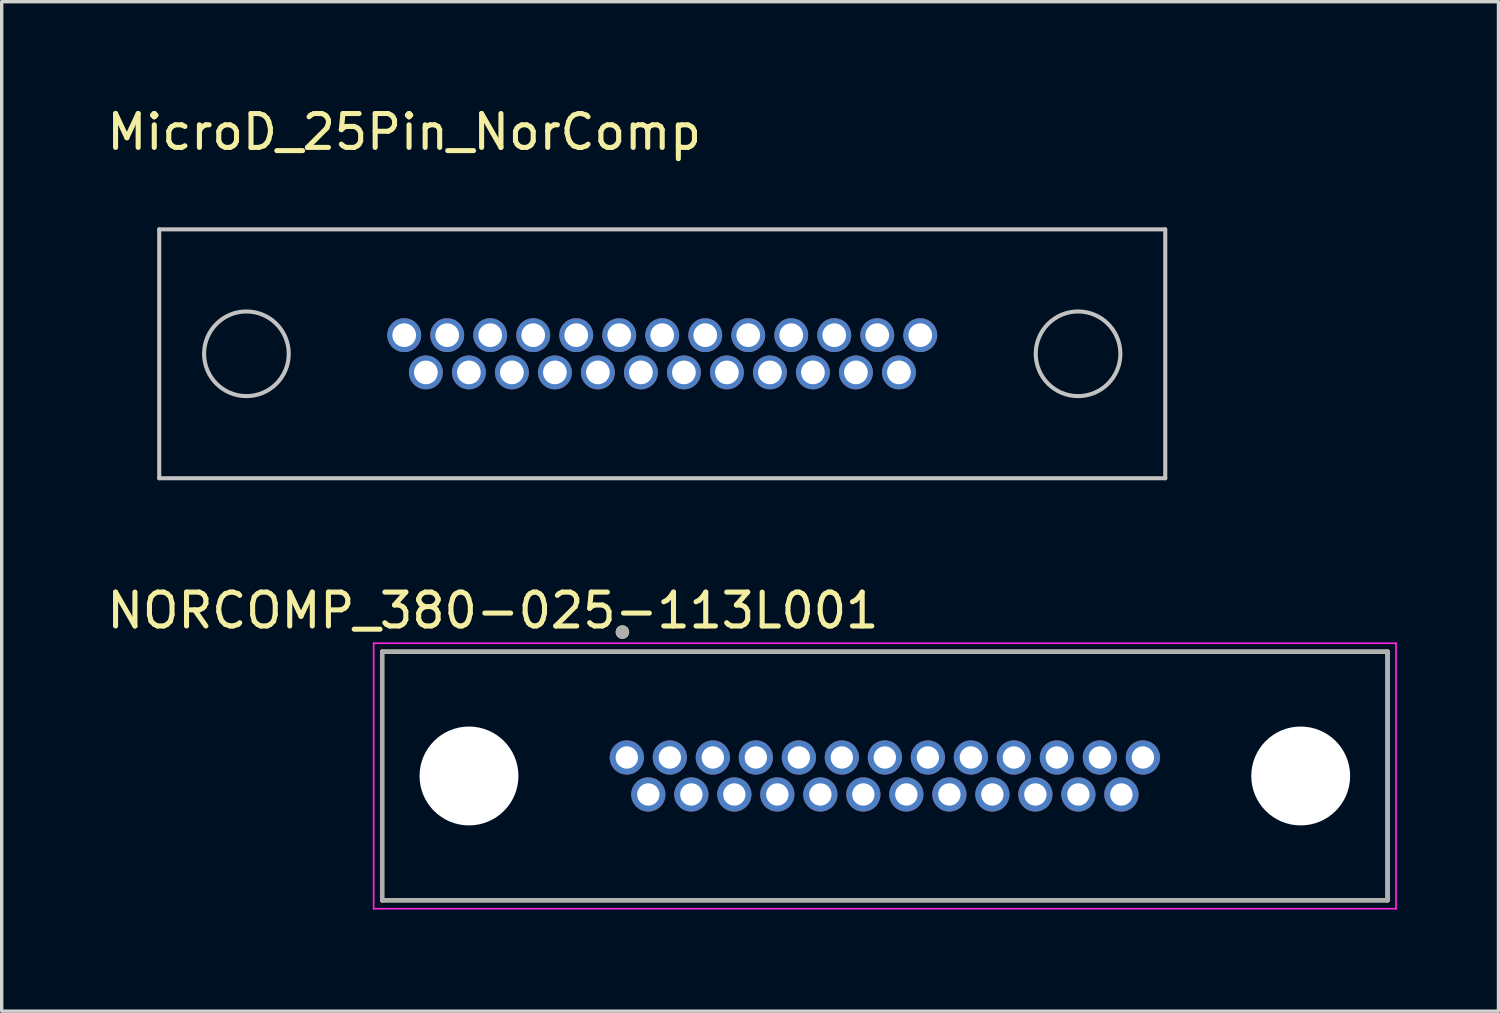
<source format=kicad_pcb>
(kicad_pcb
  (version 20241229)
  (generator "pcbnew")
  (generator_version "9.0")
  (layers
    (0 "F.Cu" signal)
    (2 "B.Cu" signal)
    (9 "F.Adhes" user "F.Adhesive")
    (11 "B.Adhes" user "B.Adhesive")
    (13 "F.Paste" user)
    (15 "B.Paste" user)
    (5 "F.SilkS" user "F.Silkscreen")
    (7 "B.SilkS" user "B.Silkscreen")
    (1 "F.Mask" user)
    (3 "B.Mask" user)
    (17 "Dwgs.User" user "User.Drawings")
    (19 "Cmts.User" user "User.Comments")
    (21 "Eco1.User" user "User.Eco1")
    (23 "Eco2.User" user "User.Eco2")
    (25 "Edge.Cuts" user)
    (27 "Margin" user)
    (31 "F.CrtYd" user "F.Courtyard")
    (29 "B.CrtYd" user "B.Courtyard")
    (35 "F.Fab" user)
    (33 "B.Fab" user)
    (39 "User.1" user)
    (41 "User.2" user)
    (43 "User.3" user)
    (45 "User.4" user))
  (footprint "MicroD_25Pin_NorComp"
    (layer "F.Cu")
    (at 8.887 6.848)
    (property "Reference" "MicroD_25Pin_NorComp" (at 0 -6 0) (layer "F.SilkS") (effects (font (size 1 1) (thickness 0.15))))
    (attr through_hole)
    (fp_line (start -7.235 -3.125) (end 22.475 -3.125) (stroke (width 0.12) (type solid)) (layer "Dwgs.User"))
    (fp_line (start -7.235 4.225) (end -7.235 -3.125) (stroke (width 0.12) (type solid)) (layer "Dwgs.User"))
    (fp_line (start 22.475 4.225) (end -7.235 4.225) (stroke (width 0.12) (type solid)) (layer "Dwgs.User"))
    (fp_line (start 22.475 4.225) (end 22.475 -3.125) (stroke (width 0.12) (type solid)) (layer "Dwgs.User"))
    (fp_circle (center -4.66 0.55) (end -3.41 0.55) (stroke (width 0.12) (type solid)) (fill no) (layer "Dwgs.User"))
    (fp_circle (center 19.9 0.55) (end 21.15 0.55) (stroke (width 0.12) (type solid)) (fill no) (layer "Dwgs.User"))
    (pad "1" thru_hole circle (at 0 0) (size 1 1) (drill 0.7) (layers "*.Cu" "*.Mask"))
    (pad "2" thru_hole circle (at 1.27 0) (size 1 1) (drill 0.7) (layers "*.Cu" "*.Mask"))
    (pad "3" thru_hole circle (at 2.54 0) (size 1 1) (drill 0.7) (layers "*.Cu" "*.Mask"))
    (pad "4" thru_hole circle (at 3.81 0) (size 1 1) (drill 0.7) (layers "*.Cu" "*.Mask"))
    (pad "5" thru_hole circle (at 5.08 0) (size 1 1) (drill 0.7) (layers "*.Cu" "*.Mask"))
    (pad "6" thru_hole circle (at 6.35 0) (size 1 1) (drill 0.7) (layers "*.Cu" "*.Mask"))
    (pad "7" thru_hole circle (at 7.62 0) (size 1 1) (drill 0.7) (layers "*.Cu" "*.Mask"))
    (pad "8" thru_hole circle (at 8.89 0) (size 1 1) (drill 0.7) (layers "*.Cu" "*.Mask"))
    (pad "9" thru_hole circle (at 10.16 0) (size 1 1) (drill 0.7) (layers "*.Cu" "*.Mask"))
    (pad "10" thru_hole circle (at 11.43 0) (size 1 1) (drill 0.7) (layers "*.Cu" "*.Mask"))
    (pad "11" thru_hole circle (at 12.7 0) (size 1 1) (drill 0.7) (layers "*.Cu" "*.Mask"))
    (pad "12" thru_hole circle (at 13.97 0) (size 1 1) (drill 0.7) (layers "*.Cu" "*.Mask"))
    (pad "13" thru_hole circle (at 15.24 0) (size 1 1) (drill 0.7) (layers "*.Cu" "*.Mask"))
    (pad "14" thru_hole circle (at 0.64 1.1) (size 1 1) (drill 0.7) (layers "*.Cu" "*.Mask"))
    (pad "15" thru_hole circle (at 1.91 1.1) (size 1 1) (drill 0.7) (layers "*.Cu" "*.Mask"))
    (pad "16" thru_hole circle (at 3.18 1.1) (size 1 1) (drill 0.7) (layers "*.Cu" "*.Mask"))
    (pad "17" thru_hole circle (at 4.45 1.1) (size 1 1) (drill 0.7) (layers "*.Cu" "*.Mask"))
    (pad "18" thru_hole circle (at 5.72 1.1) (size 1 1) (drill 0.7) (layers "*.Cu" "*.Mask"))
    (pad "19" thru_hole circle (at 6.99 1.1) (size 1 1) (drill 0.7) (layers "*.Cu" "*.Mask"))
    (pad "20" thru_hole circle (at 8.26 1.1) (size 1 1) (drill 0.7) (layers "*.Cu" "*.Mask"))
    (pad "21" thru_hole circle (at 9.53 1.1) (size 1 1) (drill 0.7) (layers "*.Cu" "*.Mask"))
    (pad "22" thru_hole circle (at 10.8 1.1) (size 1 1) (drill 0.7) (layers "*.Cu" "*.Mask"))
    (pad "23" thru_hole circle (at 12.07 1.1) (size 1 1) (drill 0.7) (layers "*.Cu" "*.Mask"))
    (pad "24" thru_hole circle (at 13.34 1.1) (size 1 1) (drill 0.7) (layers "*.Cu" "*.Mask"))
    (pad "25" thru_hole circle (at 14.61 1.1) (size 1 1) (drill 0.7) (layers "*.Cu" "*.Mask")))
  (footprint "NORCOMP_380-025-113L001"
    (layer "F.Cu")
    (at 23.081 19.866)
    (property "Reference" "NORCOMP_380-025-113L001" (at -11.575 -4.885 0) (layer "F.SilkS") (effects (font (size 1 1) (thickness 0.15))))
    (attr through_hole)
    (fp_line (start -14.846 -3.67) (end -14.846 3.67) (stroke (width 0.127) (type solid)) (layer "F.SilkS"))
    (fp_line (start -14.846 3.67) (end 14.846 3.67) (stroke (width 0.127) (type solid)) (layer "F.SilkS"))
    (fp_line (start 14.846 -3.67) (end -14.846 -3.67) (stroke (width 0.127) (type solid)) (layer "F.SilkS"))
    (fp_line (start 14.846 3.67) (end 14.846 -3.67) (stroke (width 0.127) (type solid)) (layer "F.SilkS"))
    (fp_circle (center -7.75 -4.25) (end -7.65 -4.25) (stroke (width 0.2) (type solid)) (fill no) (layer "F.SilkS"))
    (fp_line (start -15.096 -3.92) (end -15.096 3.92) (stroke (width 0.05) (type solid)) (layer "F.CrtYd"))
    (fp_line (start -15.096 3.92) (end 15.096 3.92) (stroke (width 0.05) (type solid)) (layer "F.CrtYd"))
    (fp_line (start 15.096 -3.92) (end -15.096 -3.92) (stroke (width 0.05) (type solid)) (layer "F.CrtYd"))
    (fp_line (start 15.096 3.92) (end 15.096 -3.92) (stroke (width 0.05) (type solid)) (layer "F.CrtYd"))
    (fp_line (start -14.846 -3.67) (end -14.846 3.67) (stroke (width 0.127) (type solid)) (layer "F.Fab"))
    (fp_line (start -14.846 3.67) (end 14.846 3.67) (stroke (width 0.127) (type solid)) (layer "F.Fab"))
    (fp_line (start 14.846 -3.67) (end -14.846 -3.67) (stroke (width 0.127) (type solid)) (layer "F.Fab"))
    (fp_line (start 14.846 3.67) (end 14.846 -3.67) (stroke (width 0.127) (type solid)) (layer "F.Fab"))
    (fp_circle (center -7.75 -4.25) (end -7.65 -4.25) (stroke (width 0.2) (type solid)) (fill no) (layer "F.Fab"))
    (pad "" np_thru_hole circle (at -12.281 0) (size 2.92 2.92) (drill 2.92) (layers "*.Cu" "*.Mask"))
    (pad "" np_thru_hole circle (at 12.281 0) (size 2.92 2.92) (drill 2.92) (layers "*.Cu" "*.Mask"))
    (pad "1" thru_hole circle (at -7.62 -0.546) (size 1.01 1.01) (drill 0.66) (layers "*.Cu" "*.Mask"))
    (pad "2" thru_hole circle (at -6.35 -0.546) (size 1.01 1.01) (drill 0.66) (layers "*.Cu" "*.Mask"))
    (pad "3" thru_hole circle (at -5.08 -0.546) (size 1.01 1.01) (drill 0.66) (layers "*.Cu" "*.Mask"))
    (pad "4" thru_hole circle (at -3.81 -0.546) (size 1.01 1.01) (drill 0.66) (layers "*.Cu" "*.Mask"))
    (pad "5" thru_hole circle (at -2.54 -0.546) (size 1.01 1.01) (drill 0.66) (layers "*.Cu" "*.Mask"))
    (pad "6" thru_hole circle (at -1.27 -0.546) (size 1.01 1.01) (drill 0.66) (layers "*.Cu" "*.Mask"))
    (pad "7" thru_hole circle (at 0 -0.546) (size 1.01 1.01) (drill 0.66) (layers "*.Cu" "*.Mask"))
    (pad "8" thru_hole circle (at 1.27 -0.546) (size 1.01 1.01) (drill 0.66) (layers "*.Cu" "*.Mask"))
    (pad "9" thru_hole circle (at 2.54 -0.546) (size 1.01 1.01) (drill 0.66) (layers "*.Cu" "*.Mask"))
    (pad "10" thru_hole circle (at 3.81 -0.546) (size 1.01 1.01) (drill 0.66) (layers "*.Cu" "*.Mask"))
    (pad "11" thru_hole circle (at 5.08 -0.546) (size 1.01 1.01) (drill 0.66) (layers "*.Cu" "*.Mask"))
    (pad "12" thru_hole circle (at 6.35 -0.546) (size 1.01 1.01) (drill 0.66) (layers "*.Cu" "*.Mask"))
    (pad "13" thru_hole circle (at 7.62 -0.546) (size 1.01 1.01) (drill 0.66) (layers "*.Cu" "*.Mask"))
    (pad "14" thru_hole circle (at -6.985 0.546) (size 1.01 1.01) (drill 0.66) (layers "*.Cu" "*.Mask"))
    (pad "15" thru_hole circle (at -5.715 0.546) (size 1.01 1.01) (drill 0.66) (layers "*.Cu" "*.Mask"))
    (pad "16" thru_hole circle (at -4.445 0.546) (size 1.01 1.01) (drill 0.66) (layers "*.Cu" "*.Mask"))
    (pad "17" thru_hole circle (at -3.175 0.546) (size 1.01 1.01) (drill 0.66) (layers "*.Cu" "*.Mask"))
    (pad "18" thru_hole circle (at -1.905 0.546) (size 1.01 1.01) (drill 0.66) (layers "*.Cu" "*.Mask"))
    (pad "19" thru_hole circle (at -0.635 0.546) (size 1.01 1.01) (drill 0.66) (layers "*.Cu" "*.Mask"))
    (pad "20" thru_hole circle (at 0.635 0.546) (size 1.01 1.01) (drill 0.66) (layers "*.Cu" "*.Mask"))
    (pad "21" thru_hole circle (at 1.905 0.546) (size 1.01 1.01) (drill 0.66) (layers "*.Cu" "*.Mask"))
    (pad "22" thru_hole circle (at 3.175 0.546) (size 1.01 1.01) (drill 0.66) (layers "*.Cu" "*.Mask"))
    (pad "23" thru_hole circle (at 4.445 0.546) (size 1.01 1.01) (drill 0.66) (layers "*.Cu" "*.Mask"))
    (pad "24" thru_hole circle (at 5.715 0.546) (size 1.01 1.01) (drill 0.66) (layers "*.Cu" "*.Mask"))
    (pad "25" thru_hole circle (at 6.985 0.546) (size 1.01 1.01) (drill 0.66) (layers "*.Cu" "*.Mask")))
  (gr_rect
    (start -3 -3)
    (end 41.202 26.812)
    (stroke (width 0.1) (type default))
    (fill no)
    (layer "Edge.Cuts")))
</source>
